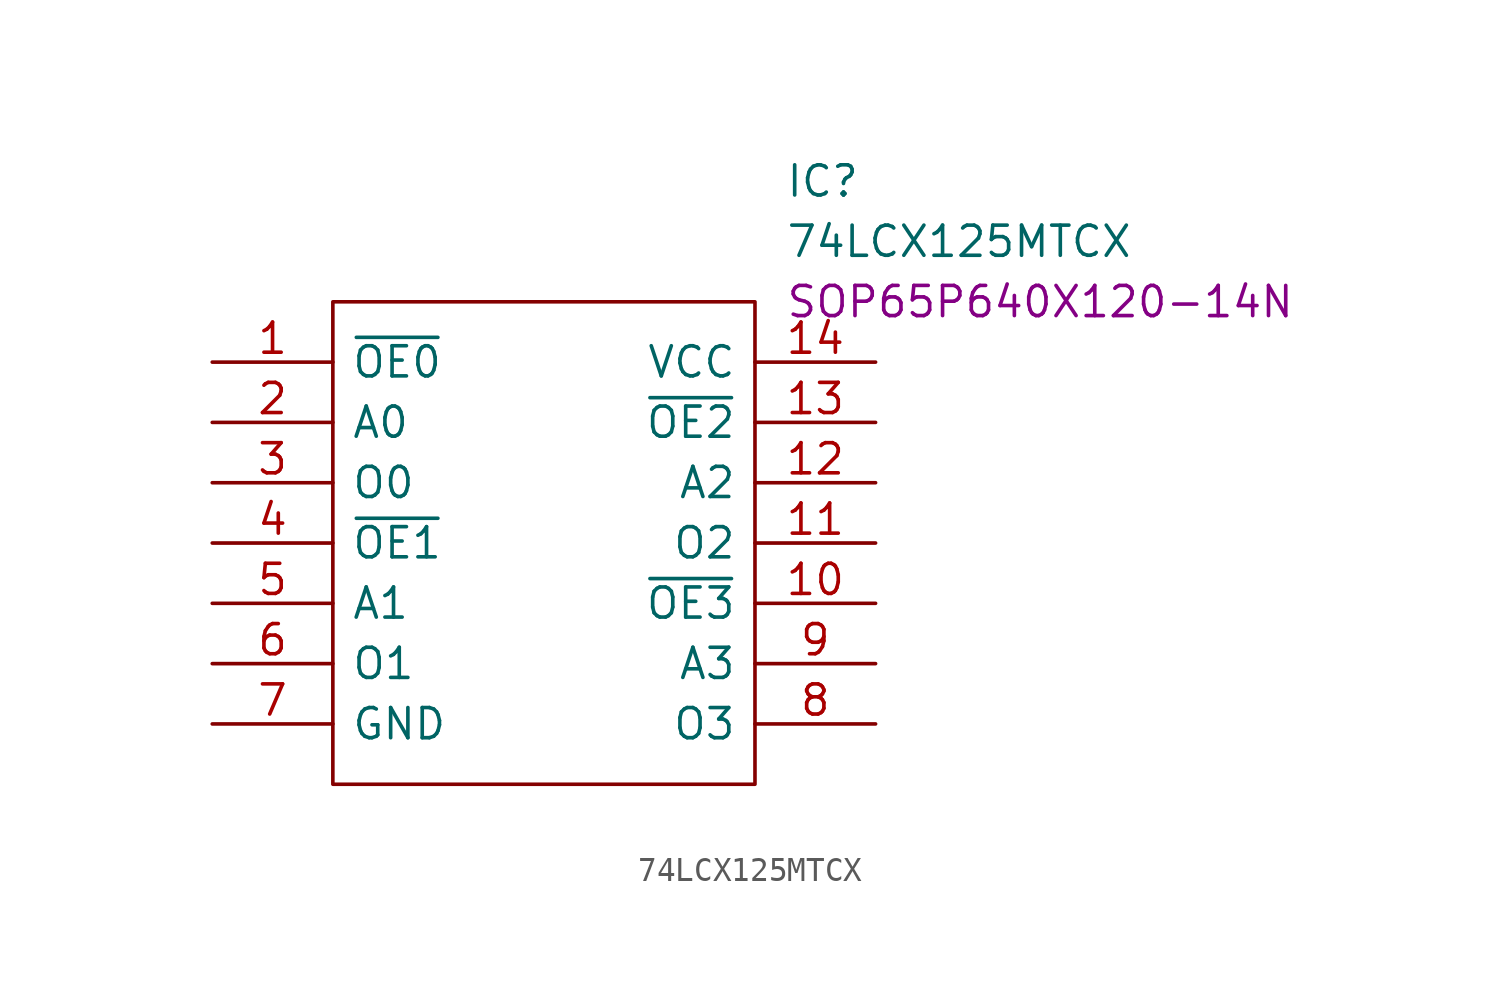
<source format=kicad_sym>
(kicad_symbol_lib
  (version 20211014)
  (generator kicad_symbol_editor)
  (symbol "74LCX125MTCX"
    (pin_names
      (offset 0.762))
    (property "Reference" "IC"
      (at 24.13 7.62 0)
      (effects (font (size 1.27 1.27)) (justify left)))
    (property "Value" "74LCX125MTCX"
      (at 24.13 5.08 0)
      (effects (font (size 1.27 1.27)) (justify left)))
    (property "Footprint" "SOP65P640X120-14N"
      (at 24.13 2.54 0)
      (effects (font (size 1.27 1.27)) (justify left)))
    (symbol "74LCX125MTCX_0_0"
      (pin passive line (at 0 0 0) (length 5.08) (name "~{OE0}" (effects (font (size 1.27 1.27)))) (number "1" (effects (font (size 1.27 1.27)))))
      (pin passive line (at 27.94 -10.16 180) (length 5.08) (name "~{OE3}" (effects (font (size 1.27 1.27)))) (number "10" (effects (font (size 1.27 1.27)))))
      (pin passive line (at 27.94 -7.62 180) (length 5.08) (name "O2" (effects (font (size 1.27 1.27)))) (number "11" (effects (font (size 1.27 1.27)))))
      (pin passive line (at 27.94 -5.08 180) (length 5.08) (name "A2" (effects (font (size 1.27 1.27)))) (number "12" (effects (font (size 1.27 1.27)))))
      (pin passive line (at 27.94 -2.54 180) (length 5.08) (name "~{OE2}" (effects (font (size 1.27 1.27)))) (number "13" (effects (font (size 1.27 1.27)))))
      (pin passive line (at 27.94 0 180) (length 5.08) (name "VCC" (effects (font (size 1.27 1.27)))) (number "14" (effects (font (size 1.27 1.27)))))
      (pin passive line (at 0 -2.54 0) (length 5.08) (name "A0" (effects (font (size 1.27 1.27)))) (number "2" (effects (font (size 1.27 1.27)))))
      (pin passive line (at 0 -5.08 0) (length 5.08) (name "O0" (effects (font (size 1.27 1.27)))) (number "3" (effects (font (size 1.27 1.27)))))
      (pin passive line (at 0 -7.62 0) (length 5.08) (name "~{OE1}" (effects (font (size 1.27 1.27)))) (number "4" (effects (font (size 1.27 1.27)))))
      (pin passive line (at 0 -10.16 0) (length 5.08) (name "A1" (effects (font (size 1.27 1.27)))) (number "5" (effects (font (size 1.27 1.27)))))
      (pin passive line (at 0 -12.7 0) (length 5.08) (name "O1" (effects (font (size 1.27 1.27)))) (number "6" (effects (font (size 1.27 1.27)))))
      (pin passive line (at 0 -15.24 0) (length 5.08) (name "GND" (effects (font (size 1.27 1.27)))) (number "7" (effects (font (size 1.27 1.27)))))
      (pin passive line (at 27.94 -15.24 180) (length 5.08) (name "O3" (effects (font (size 1.27 1.27)))) (number "8" (effects (font (size 1.27 1.27)))))
      (pin passive line (at 27.94 -12.7 180) (length 5.08) (name "A3" (effects (font (size 1.27 1.27)))) (number "9" (effects (font (size 1.27 1.27))))))
    (symbol "74LCX125MTCX_0_1"
      (polyline (pts (xy 5.08 2.54) (xy 22.86 2.54) (xy 22.86 -17.78) (xy 5.08 -17.78) (xy 5.08 2.54)) (stroke (width 0.152) (type default) (color 0 0 0 0)) (fill (type none))))))
</source>
